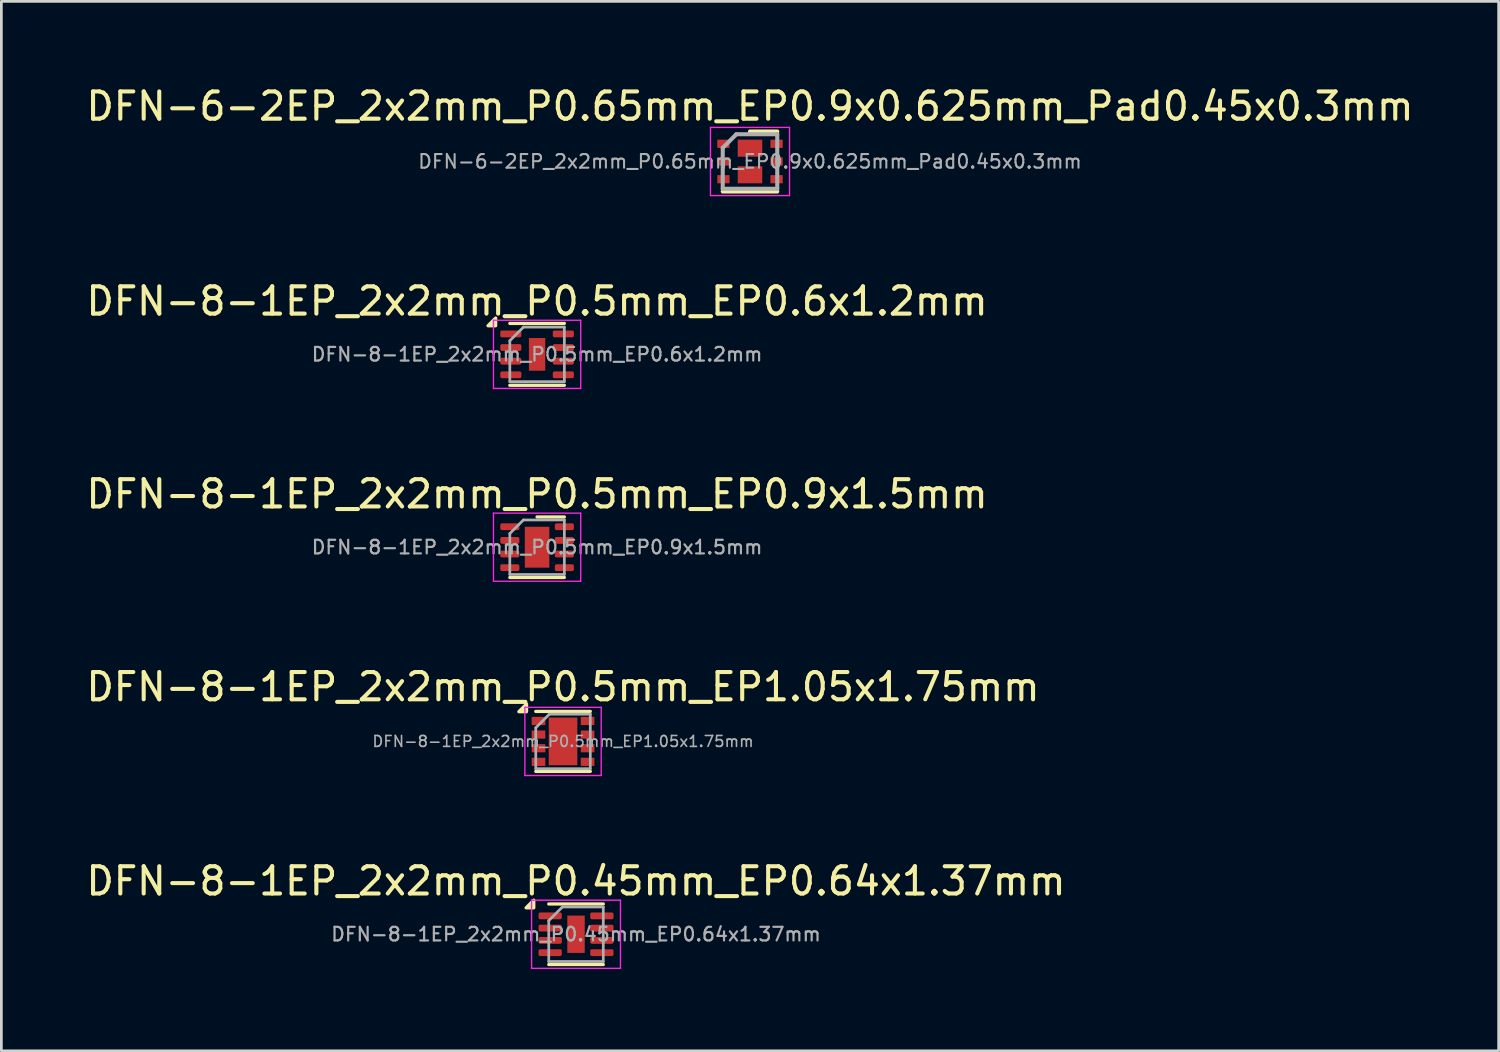
<source format=kicad_pcb>
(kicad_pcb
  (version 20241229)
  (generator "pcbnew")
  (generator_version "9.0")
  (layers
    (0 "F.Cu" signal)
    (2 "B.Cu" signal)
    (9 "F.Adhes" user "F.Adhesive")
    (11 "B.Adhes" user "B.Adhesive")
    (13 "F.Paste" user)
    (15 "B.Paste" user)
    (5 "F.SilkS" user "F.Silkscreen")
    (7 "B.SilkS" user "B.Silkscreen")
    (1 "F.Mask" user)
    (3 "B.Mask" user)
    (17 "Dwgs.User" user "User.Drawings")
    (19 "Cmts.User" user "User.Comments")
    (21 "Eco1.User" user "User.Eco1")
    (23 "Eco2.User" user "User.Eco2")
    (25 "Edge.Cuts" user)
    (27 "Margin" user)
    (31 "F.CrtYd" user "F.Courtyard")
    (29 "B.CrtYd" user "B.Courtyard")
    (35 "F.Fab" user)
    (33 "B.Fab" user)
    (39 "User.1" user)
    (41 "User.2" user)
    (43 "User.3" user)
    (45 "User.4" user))
  (footprint "DFN-8-1EP_2x2mm_P0.5mm_EP0.6x1.2mm"
    (layer "F.Cu")
    (at 16.649 9.947)
    (property "Reference" "DFN-8-1EP_2x2mm_P0.5mm_EP0.6x1.2mm" (at 0 -1.95 0) (layer "F.SilkS") (effects (font (size 1 1) (thickness 0.15))))
    (attr smd)
    (fp_line (start -1 -1.135) (end 1 -1.135) (stroke (width 0.12) (type solid)) (layer "F.SilkS"))
    (fp_line (start -1 1.135) (end 1 1.135) (stroke (width 0.12) (type solid)) (layer "F.SilkS"))
    (fp_poly (pts (xy -1.52 -1.05) (xy -1.8 -1.05) (xy -1.52 -1.33) (xy -1.52 -1.05)) (stroke (width 0.12) (type solid)) (fill yes) (layer "F.SilkS"))
    (fp_line (start -1.6 -1.25) (end -1.6 1.25) (stroke (width 0.05) (type solid)) (layer "F.CrtYd"))
    (fp_line (start -1.6 1.25) (end 1.6 1.25) (stroke (width 0.05) (type solid)) (layer "F.CrtYd"))
    (fp_line (start 1.6 -1.25) (end -1.6 -1.25) (stroke (width 0.05) (type solid)) (layer "F.CrtYd"))
    (fp_line (start 1.6 1.25) (end 1.6 -1.25) (stroke (width 0.05) (type solid)) (layer "F.CrtYd"))
    (fp_line (start -1 -0.5) (end -0.5 -1) (stroke (width 0.1) (type solid)) (layer "F.Fab"))
    (fp_line (start -1 1) (end -1 -0.5) (stroke (width 0.1) (type solid)) (layer "F.Fab"))
    (fp_line (start -0.5 -1) (end 1 -1) (stroke (width 0.1) (type solid)) (layer "F.Fab"))
    (fp_line (start 1 -1) (end 1 1) (stroke (width 0.1) (type solid)) (layer "F.Fab"))
    (fp_line (start 1 1) (end -1 1) (stroke (width 0.1) (type solid)) (layer "F.Fab"))
    (fp_text user "${REFERENCE}" (at 0 0 0) (layer "F.Fab") (effects (font (size 0.5 0.5) (thickness 0.08))))
    (pad "" smd roundrect (at -0.15 -0.3) (size 0.24 0.48) (layers "F.Paste") (roundrect_rratio 0.25))
    (pad "" smd roundrect (at -0.15 0.3) (size 0.24 0.48) (layers "F.Paste") (roundrect_rratio 0.25))
    (pad "" smd roundrect (at 0.15 -0.3) (size 0.24 0.48) (layers "F.Paste") (roundrect_rratio 0.25))
    (pad "" smd roundrect (at 0.15 0.3) (size 0.24 0.48) (layers "F.Paste") (roundrect_rratio 0.25))
    (pad "1" smd roundrect (at -0.963 -0.75) (size 0.775 0.25) (layers "F.Cu" "F.Mask" "F.Paste") (roundrect_rratio 0.25))
    (pad "2" smd roundrect (at -0.963 -0.25) (size 0.775 0.25) (layers "F.Cu" "F.Mask" "F.Paste") (roundrect_rratio 0.25))
    (pad "3" smd roundrect (at -0.963 0.25) (size 0.775 0.25) (layers "F.Cu" "F.Mask" "F.Paste") (roundrect_rratio 0.25))
    (pad "4" smd roundrect (at -0.963 0.75) (size 0.775 0.25) (layers "F.Cu" "F.Mask" "F.Paste") (roundrect_rratio 0.25))
    (pad "5" smd roundrect (at 0.963 0.75) (size 0.775 0.25) (layers "F.Cu" "F.Mask" "F.Paste") (roundrect_rratio 0.25))
    (pad "6" smd roundrect (at 0.963 0.25) (size 0.775 0.25) (layers "F.Cu" "F.Mask" "F.Paste") (roundrect_rratio 0.25))
    (pad "7" smd roundrect (at 0.963 -0.25) (size 0.775 0.25) (layers "F.Cu" "F.Mask" "F.Paste") (roundrect_rratio 0.25))
    (pad "8" smd roundrect (at 0.963 -0.75) (size 0.775 0.25) (layers "F.Cu" "F.Mask" "F.Paste") (roundrect_rratio 0.25))
    (pad "9" smd rect (at 0 0) (size 0.6 1.2) (property pad_prop_heatsink) (layers "F.Cu" "F.Mask")))
  (footprint "DFN-8-1EP_2x2mm_P0.45mm_EP0.64x1.37mm"
    (layer "F.Cu")
    (at 18.077 31.216)
    (property "Reference" "DFN-8-1EP_2x2mm_P0.45mm_EP0.64x1.37mm" (at 0 -1.95 0) (layer "F.SilkS") (effects (font (size 1 1) (thickness 0.15))))
    (attr smd)
    (fp_line (start -1 -1.11) (end 1 -1.11) (stroke (width 0.12) (type solid)) (layer "F.SilkS"))
    (fp_line (start -1 1.11) (end 1 1.11) (stroke (width 0.12) (type solid)) (layer "F.SilkS"))
    (fp_poly (pts (xy -1.55 -0.97) (xy -1.83 -0.97) (xy -1.55 -1.25) (xy -1.55 -0.97)) (stroke (width 0.12) (type solid)) (fill yes) (layer "F.SilkS"))
    (fp_line (start -1.63 -1.25) (end -1.63 1.25) (stroke (width 0.05) (type solid)) (layer "F.CrtYd"))
    (fp_line (start -1.63 1.25) (end 1.63 1.25) (stroke (width 0.05) (type solid)) (layer "F.CrtYd"))
    (fp_line (start 1.63 -1.25) (end -1.63 -1.25) (stroke (width 0.05) (type solid)) (layer "F.CrtYd"))
    (fp_line (start 1.63 1.25) (end 1.63 -1.25) (stroke (width 0.05) (type solid)) (layer "F.CrtYd"))
    (fp_line (start -1 -0.5) (end -0.5 -1) (stroke (width 0.1) (type solid)) (layer "F.Fab"))
    (fp_line (start -1 1) (end -1 -0.5) (stroke (width 0.1) (type solid)) (layer "F.Fab"))
    (fp_line (start -0.5 -1) (end 1 -1) (stroke (width 0.1) (type solid)) (layer "F.Fab"))
    (fp_line (start 1 -1) (end 1 1) (stroke (width 0.1) (type solid)) (layer "F.Fab"))
    (fp_line (start 1 1) (end -1 1) (stroke (width 0.1) (type solid)) (layer "F.Fab"))
    (fp_text user "${REFERENCE}" (at 0 0 0) (layer "F.Fab") (effects (font (size 0.5 0.5) (thickness 0.08))))
    (pad "" smd roundrect (at -0.16 -0.34) (size 0.26 0.55) (layers "F.Paste") (roundrect_rratio 0.25))
    (pad "" smd roundrect (at -0.16 0.34) (size 0.26 0.55) (layers "F.Paste") (roundrect_rratio 0.25))
    (pad "" smd roundrect (at 0.16 -0.34) (size 0.26 0.55) (layers "F.Paste") (roundrect_rratio 0.25))
    (pad "" smd roundrect (at 0.16 0.34) (size 0.26 0.55) (layers "F.Paste") (roundrect_rratio 0.25))
    (pad "1" smd roundrect (at -0.948 -0.675) (size 0.855 0.25) (layers "F.Cu" "F.Mask" "F.Paste") (roundrect_rratio 0.25))
    (pad "2" smd roundrect (at -0.948 -0.225) (size 0.855 0.25) (layers "F.Cu" "F.Mask" "F.Paste") (roundrect_rratio 0.25))
    (pad "3" smd roundrect (at -0.948 0.225) (size 0.855 0.25) (layers "F.Cu" "F.Mask" "F.Paste") (roundrect_rratio 0.25))
    (pad "4" smd roundrect (at -0.948 0.675) (size 0.855 0.25) (layers "F.Cu" "F.Mask" "F.Paste") (roundrect_rratio 0.25))
    (pad "5" smd roundrect (at 0.948 0.675) (size 0.855 0.25) (layers "F.Cu" "F.Mask" "F.Paste") (roundrect_rratio 0.25))
    (pad "6" smd roundrect (at 0.948 0.225) (size 0.855 0.25) (layers "F.Cu" "F.Mask" "F.Paste") (roundrect_rratio 0.25))
    (pad "7" smd roundrect (at 0.948 -0.225) (size 0.855 0.25) (layers "F.Cu" "F.Mask" "F.Paste") (roundrect_rratio 0.25))
    (pad "8" smd roundrect (at 0.948 -0.675) (size 0.855 0.25) (layers "F.Cu" "F.Mask" "F.Paste") (roundrect_rratio 0.25))
    (pad "9" smd rect (at 0 0) (size 0.64 1.37) (property pad_prop_heatsink) (layers "F.Cu" "F.Mask")))
  (footprint "DFN-6-2EP_2x2mm_P0.65mm_EP0.9x0.625mm_Pad0.45x0.3mm"
    (layer "F.Cu")
    (at 24.458 2.873)
    (property "Reference" "DFN-6-2EP_2x2mm_P0.65mm_EP0.9x0.625mm_Pad0.45x0.3mm" (at 0 -2.025 0) (layer "F.SilkS") (effects (font (size 1 1) (thickness 0.15))))
    (attr smd)
    (fp_line (start -1 1.1) (end 1 1.1) (stroke (width 0.15) (type solid)) (layer "F.SilkS"))
    (fp_line (start 0 -1.1) (end 1 -1.1) (stroke (width 0.15) (type solid)) (layer "F.SilkS"))
    (fp_line (start -1.45 -1.25) (end -1.45 1.25) (stroke (width 0.05) (type solid)) (layer "F.CrtYd"))
    (fp_line (start -1.45 -1.25) (end 1.45 -1.25) (stroke (width 0.05) (type solid)) (layer "F.CrtYd"))
    (fp_line (start -1.45 1.25) (end 1.45 1.25) (stroke (width 0.05) (type solid)) (layer "F.CrtYd"))
    (fp_line (start 1.45 -1.25) (end 1.45 1.25) (stroke (width 0.05) (type solid)) (layer "F.CrtYd"))
    (fp_line (start -1 -0.5) (end -0.5 -1) (stroke (width 0.15) (type solid)) (layer "F.Fab"))
    (fp_line (start -1 1) (end -1 -0.5) (stroke (width 0.15) (type solid)) (layer "F.Fab"))
    (fp_line (start -0.5 -1) (end 1 -1) (stroke (width 0.15) (type solid)) (layer "F.Fab"))
    (fp_line (start 1 -1) (end 1 1) (stroke (width 0.15) (type solid)) (layer "F.Fab"))
    (fp_line (start 1 1) (end -1 1) (stroke (width 0.15) (type solid)) (layer "F.Fab"))
    (fp_text user "${REFERENCE}" (at 0 0 0) (layer "F.Fab") (effects (font (size 0.5 0.5) (thickness 0.075))))
    (pad "1" smd rect (at -0.975 -0.65) (size 0.45 0.3) (layers "F.Cu" "F.Mask" "F.Paste"))
    (pad "2" smd rect (at -0.975 0) (size 0.45 0.3) (layers "F.Cu" "F.Mask" "F.Paste"))
    (pad "3" smd rect (at -0.975 0.65) (size 0.45 0.3) (layers "F.Cu" "F.Mask" "F.Paste"))
    (pad "4" smd rect (at 0.975 0.65) (size 0.45 0.3) (layers "F.Cu" "F.Mask" "F.Paste"))
    (pad "5" smd rect (at 0.975 0) (size 0.45 0.3) (layers "F.Cu" "F.Mask" "F.Paste"))
    (pad "6" smd rect (at 0.975 -0.65) (size 0.45 0.3) (layers "F.Cu" "F.Mask" "F.Paste"))
    (pad "7" smd rect (at 0 -0.488) (size 0.9 0.625) (layers "F.Cu" "F.Mask" "F.Paste"))
    (pad "8" smd rect (at 0 0.488) (size 0.9 0.625) (layers "F.Cu" "F.Mask" "F.Paste")))
  (footprint "DFN-8-1EP_2x2mm_P0.5mm_EP1.05x1.75mm"
    (layer "F.Cu")
    (at 17.601 24.143)
    (property "Reference" "DFN-8-1EP_2x2mm_P0.5mm_EP1.05x1.75mm" (at 0 -2 0) (layer "F.SilkS") (effects (font (size 1 1) (thickness 0.15))))
    (attr smd)
    (fp_line (start -1 -1.1) (end 1 -1.1) (stroke (width 0.12) (type solid)) (layer "F.SilkS"))
    (fp_line (start -1 1.1) (end 1 1.1) (stroke (width 0.12) (type solid)) (layer "F.SilkS"))
    (fp_poly (pts (xy -1.34 -1.09) (xy -1.62 -1.09) (xy -1.34 -1.37) (xy -1.34 -1.09)) (stroke (width 0.12) (type solid)) (fill yes) (layer "F.SilkS"))
    (fp_line (start -1.4 -1.25) (end -1.4 1.25) (stroke (width 0.05) (type solid)) (layer "F.CrtYd"))
    (fp_line (start -1.4 -1.25) (end 1.4 -1.25) (stroke (width 0.05) (type solid)) (layer "F.CrtYd"))
    (fp_line (start -1.4 1.25) (end 1.4 1.25) (stroke (width 0.05) (type solid)) (layer "F.CrtYd"))
    (fp_line (start 1.4 -1.25) (end 1.4 1.25) (stroke (width 0.05) (type solid)) (layer "F.CrtYd"))
    (fp_line (start -1 -0.5) (end -0.5 -1) (stroke (width 0.1) (type solid)) (layer "F.Fab"))
    (fp_line (start -1 1) (end -1 -0.5) (stroke (width 0.1) (type solid)) (layer "F.Fab"))
    (fp_line (start -0.5 -1) (end 1 -1) (stroke (width 0.1) (type solid)) (layer "F.Fab"))
    (fp_line (start 1 -1) (end 1 1) (stroke (width 0.1) (type solid)) (layer "F.Fab"))
    (fp_line (start 1 1) (end -1 1) (stroke (width 0.1) (type solid)) (layer "F.Fab"))
    (fp_text user "${REFERENCE}" (at 0 0 0) (layer "F.Fab") (effects (font (size 0.4 0.4) (thickness 0.06))))
    (pad "" smd rect (at 0 -0.438) (size 0.85 0.65) (layers "F.Paste"))
    (pad "" smd rect (at 0 0.438) (size 0.85 0.65) (layers "F.Paste"))
    (pad "1" smd rect (at -0.9 -0.75) (size 0.5 0.3) (layers "F.Cu" "F.Mask" "F.Paste"))
    (pad "2" smd rect (at -0.9 -0.25) (size 0.5 0.3) (layers "F.Cu" "F.Mask" "F.Paste"))
    (pad "3" smd rect (at -0.9 0.25) (size 0.5 0.3) (layers "F.Cu" "F.Mask" "F.Paste"))
    (pad "4" smd rect (at -0.9 0.75) (size 0.5 0.3) (layers "F.Cu" "F.Mask" "F.Paste"))
    (pad "5" smd rect (at 0.9 0.75) (size 0.5 0.3) (layers "F.Cu" "F.Mask" "F.Paste"))
    (pad "6" smd rect (at 0.9 0.25) (size 0.5 0.3) (layers "F.Cu" "F.Mask" "F.Paste"))
    (pad "7" smd rect (at 0.9 -0.25) (size 0.5 0.3) (layers "F.Cu" "F.Mask" "F.Paste"))
    (pad "8" smd rect (at 0.9 -0.75) (size 0.5 0.3) (layers "F.Cu" "F.Mask" "F.Paste"))
    (pad "9" smd rect (at 0 0) (size 1.05 1.75) (layers "F.Cu" "F.Mask")))
  (footprint "DFN-8-1EP_2x2mm_P0.5mm_EP0.9x1.5mm"
    (layer "F.Cu")
    (at 16.649 17.02)
    (property "Reference" "DFN-8-1EP_2x2mm_P0.5mm_EP0.9x1.5mm" (at 0 -1.95 0) (layer "F.SilkS") (effects (font (size 1 1) (thickness 0.15))))
    (attr smd)
    (fp_line (start -1 1.11) (end 1 1.11) (stroke (width 0.12) (type solid)) (layer "F.SilkS"))
    (fp_line (start 0 -1.11) (end 1 -1.11) (stroke (width 0.12) (type solid)) (layer "F.SilkS"))
    (fp_line (start -1.6 -1.25) (end -1.6 1.25) (stroke (width 0.05) (type solid)) (layer "F.CrtYd"))
    (fp_line (start -1.6 1.25) (end 1.6 1.25) (stroke (width 0.05) (type solid)) (layer "F.CrtYd"))
    (fp_line (start 1.6 -1.25) (end -1.6 -1.25) (stroke (width 0.05) (type solid)) (layer "F.CrtYd"))
    (fp_line (start 1.6 1.25) (end 1.6 -1.25) (stroke (width 0.05) (type solid)) (layer "F.CrtYd"))
    (fp_line (start -1 -0.5) (end -0.5 -1) (stroke (width 0.1) (type solid)) (layer "F.Fab"))
    (fp_line (start -1 1) (end -1 -0.5) (stroke (width 0.1) (type solid)) (layer "F.Fab"))
    (fp_line (start -0.5 -1) (end 1 -1) (stroke (width 0.1) (type solid)) (layer "F.Fab"))
    (fp_line (start 1 -1) (end 1 1) (stroke (width 0.1) (type solid)) (layer "F.Fab"))
    (fp_line (start 1 1) (end -1 1) (stroke (width 0.1) (type solid)) (layer "F.Fab"))
    (fp_text user "${REFERENCE}" (at 0 0 0) (layer "F.Fab") (effects (font (size 0.5 0.5) (thickness 0.08))))
    (pad "" smd roundrect (at -0.225 -0.375) (size 0.36 0.6) (layers "F.Paste") (roundrect_rratio 0.25))
    (pad "" smd roundrect (at -0.225 0.375) (size 0.36 0.6) (layers "F.Paste") (roundrect_rratio 0.25))
    (pad "" smd roundrect (at 0.225 -0.375) (size 0.36 0.6) (layers "F.Paste") (roundrect_rratio 0.25))
    (pad "" smd roundrect (at 0.225 0.375) (size 0.36 0.6) (layers "F.Paste") (roundrect_rratio 0.25))
    (pad "1" smd roundrect (at -1 -0.75) (size 0.7 0.25) (layers "F.Cu" "F.Mask" "F.Paste") (roundrect_rratio 0.25))
    (pad "2" smd roundrect (at -1 -0.25) (size 0.7 0.25) (layers "F.Cu" "F.Mask" "F.Paste") (roundrect_rratio 0.25))
    (pad "3" smd roundrect (at -1 0.25) (size 0.7 0.25) (layers "F.Cu" "F.Mask" "F.Paste") (roundrect_rratio 0.25))
    (pad "4" smd roundrect (at -1 0.75) (size 0.7 0.25) (layers "F.Cu" "F.Mask" "F.Paste") (roundrect_rratio 0.25))
    (pad "5" smd roundrect (at 1 0.75) (size 0.7 0.25) (layers "F.Cu" "F.Mask" "F.Paste") (roundrect_rratio 0.25))
    (pad "6" smd roundrect (at 1 0.25) (size 0.7 0.25) (layers "F.Cu" "F.Mask" "F.Paste") (roundrect_rratio 0.25))
    (pad "7" smd roundrect (at 1 -0.25) (size 0.7 0.25) (layers "F.Cu" "F.Mask" "F.Paste") (roundrect_rratio 0.25))
    (pad "8" smd roundrect (at 1 -0.75) (size 0.7 0.25) (layers "F.Cu" "F.Mask" "F.Paste") (roundrect_rratio 0.25))
    (pad "9" smd rect (at 0 0) (size 0.9 1.5) (layers "F.Cu" "F.Mask")))
  (gr_rect
    (start -3 -3)
    (end 51.917 35.491)
    (stroke (width 0.1) (type default))
    (fill no)
    (layer "Edge.Cuts")))
</source>
